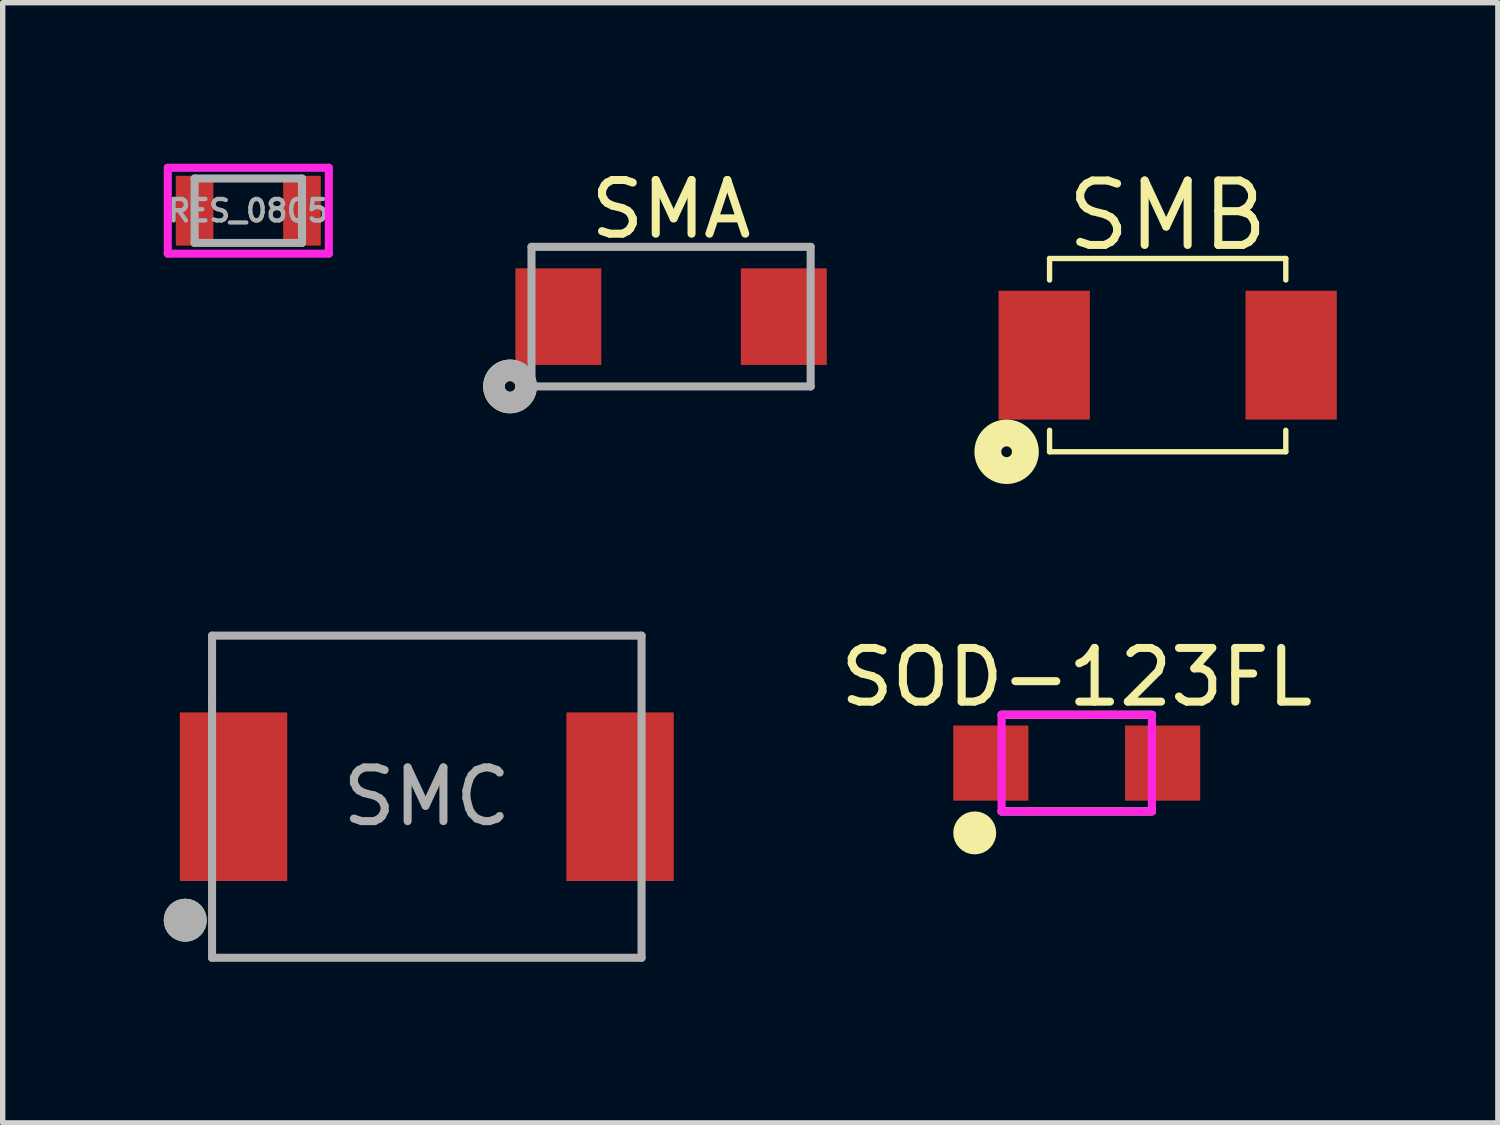
<source format=kicad_pcb>
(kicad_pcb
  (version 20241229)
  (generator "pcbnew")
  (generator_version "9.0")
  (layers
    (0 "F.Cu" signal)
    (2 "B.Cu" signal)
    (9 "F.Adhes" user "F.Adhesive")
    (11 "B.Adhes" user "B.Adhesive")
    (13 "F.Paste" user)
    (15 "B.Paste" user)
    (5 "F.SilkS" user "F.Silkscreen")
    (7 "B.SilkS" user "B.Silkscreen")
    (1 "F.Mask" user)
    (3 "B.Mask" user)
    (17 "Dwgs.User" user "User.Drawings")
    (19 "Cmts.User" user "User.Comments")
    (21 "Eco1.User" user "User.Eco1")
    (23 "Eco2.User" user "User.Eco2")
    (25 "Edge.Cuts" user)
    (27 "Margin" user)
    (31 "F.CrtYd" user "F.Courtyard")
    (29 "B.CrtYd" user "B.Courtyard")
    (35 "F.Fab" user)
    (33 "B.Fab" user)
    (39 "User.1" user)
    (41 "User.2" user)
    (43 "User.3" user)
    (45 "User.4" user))
  (footprint "SMB"
    (layer "F.Cu")
    (at 18.7 3.565)
    (property "Reference" "SMB" (at 0 -2.6 0) (layer "F.SilkS") (effects (font (size 1.2 1.2) (thickness 0.15))))
    (attr through_hole)
    (fp_line (start -2.2 -1.8) (end 2.2 -1.8) (stroke (width 0.1) (type solid)) (layer "F.SilkS"))
    (fp_line (start -2.2 -1.4) (end -2.2 -1.8) (stroke (width 0.1) (type solid)) (layer "F.SilkS"))
    (fp_line (start -2.2 1.4) (end -2.2 1.8) (stroke (width 0.1) (type solid)) (layer "F.SilkS"))
    (fp_line (start -2.2 1.8) (end 2.2 1.8) (stroke (width 0.1) (type solid)) (layer "F.SilkS"))
    (fp_line (start 2.2 -1.8) (end 2.2 -1.4) (stroke (width 0.1) (type solid)) (layer "F.SilkS"))
    (fp_line (start 2.2 1.8) (end 2.2 1.4) (stroke (width 0.1) (type solid)) (layer "F.SilkS"))
    (fp_circle (center -3 1.8) (end -3.1 1.8) (stroke (width 0.5) (type solid)) (fill no) (layer "F.SilkS"))
    (pad "1" smd rect (at -2.3 0) (size 1.7 2.4) (layers "F.Cu" "F.Mask" "F.Paste"))
    (pad "2" smd rect (at 2.3 0) (size 1.7 2.4) (layers "F.Cu" "F.Mask" "F.Paste")))
  (footprint "SOD-123FL"
    (layer "F.Cu")
    (at 17.006 11.164)
    (property "Reference" "SOD-123FL" (at 0 -1.6 0) (layer "F.SilkS") (effects (font (size 1 1) (thickness 0.15))))
    (attr smd)
    (fp_line (start -1.4 -0.9) (end 1.4 -0.9) (stroke (width 0.15) (type solid)) (layer "F.SilkS"))
    (fp_line (start 1.4 0.9) (end -1.4 0.9) (stroke (width 0.15) (type solid)) (layer "F.SilkS"))
    (fp_circle (center -1.9 1.3) (end -1.7 1.3) (stroke (width 0.4) (type solid)) (fill no) (layer "F.SilkS"))
    (fp_line (start -1.4 -0.9) (end 1.4 -0.9) (stroke (width 0.15) (type solid)) (layer "F.CrtYd"))
    (fp_line (start -1.4 0) (end -1.4 -0.9) (stroke (width 0.15) (type solid)) (layer "F.CrtYd"))
    (fp_line (start -1.4 0.9) (end -1.4 0) (stroke (width 0.15) (type solid)) (layer "F.CrtYd"))
    (fp_line (start 1.4 -0.9) (end 1.4 0.9) (stroke (width 0.15) (type solid)) (layer "F.CrtYd"))
    (fp_line (start 1.4 0.9) (end -1.4 0.9) (stroke (width 0.15) (type solid)) (layer "F.CrtYd"))
    (pad "1" smd rect (at -1.6 0) (size 1.4 1.4) (layers "F.Cu" "F.Mask" "F.Paste"))
    (pad "2" smd rect (at 1.6 0) (size 1.4 1.4) (layers "F.Cu" "F.Mask" "F.Paste")))
  (footprint "SMA"
    (layer "F.Cu")
    (at 9.45 2.848)
    (property "Reference" "SMA" (at 0 -2 0) (layer "F.SilkS") (effects (font (size 1 1) (thickness 0.15))))
    (attr through_hole)
    (fp_line (start -2.6 -1.3) (end 2.6 -1.3) (stroke (width 0.12) (type solid)) (layer "F.SilkS"))
    (fp_line (start -2.6 -1) (end -2.6 -1.3) (stroke (width 0.12) (type solid)) (layer "F.SilkS"))
    (fp_line (start -2.6 1.3) (end -2.6 1) (stroke (width 0.12) (type solid)) (layer "F.SilkS"))
    (fp_line (start 2.6 -1.3) (end 2.6 -1) (stroke (width 0.12) (type solid)) (layer "F.SilkS"))
    (fp_line (start 2.6 1) (end 2.6 1.3) (stroke (width 0.12) (type solid)) (layer "F.SilkS"))
    (fp_line (start 2.6 1.3) (end -2.6 1.3) (stroke (width 0.12) (type solid)) (layer "F.SilkS"))
    (fp_circle (center -3 1.3) (end -2.9 1.3) (stroke (width 0.4) (type solid)) (fill no) (layer "F.SilkS"))
    (fp_line (start -2.6 -1.3) (end -2.6 1.3) (stroke (width 0.15) (type solid)) (layer "F.Fab"))
    (fp_line (start -2.6 1.3) (end 2.6 1.3) (stroke (width 0.15) (type solid)) (layer "F.Fab"))
    (fp_line (start 2.6 -1.3) (end -2.6 -1.3) (stroke (width 0.15) (type solid)) (layer "F.Fab"))
    (fp_line (start 2.6 1.3) (end 2.6 -1.3) (stroke (width 0.15) (type solid)) (layer "F.Fab"))
    (fp_circle (center -3 1.3) (end -2.9 1.3) (stroke (width 0.4) (type solid)) (fill no) (layer "F.Fab"))
    (pad "1" smd rect (at -2.1 0) (size 1.6 1.8) (layers "F.Cu" "F.Mask" "F.Paste"))
    (pad "2" smd rect (at 2.1 0) (size 1.6 1.8) (layers "F.Cu" "F.Mask" "F.Paste")))
  (footprint "RES_0805"
    (layer "F.Cu")
    (at 1.575 0.875)
    (property "Reference" "RES_0805" (at 0 0 0) (layer "F.Fab") (effects (font (size 0.4 0.4) (thickness 0.08))))
    (attr through_hole)
    (fp_line (start -1.5 -0.8) (end 1.5 -0.8) (stroke (width 0.15) (type solid)) (layer "F.CrtYd"))
    (fp_line (start -1.5 0.8) (end -1.5 -0.8) (stroke (width 0.15) (type solid)) (layer "F.CrtYd"))
    (fp_line (start 1.5 -0.8) (end 1.5 0.8) (stroke (width 0.15) (type solid)) (layer "F.CrtYd"))
    (fp_line (start 1.5 0.8) (end -1.5 0.8) (stroke (width 0.15) (type solid)) (layer "F.CrtYd"))
    (fp_line (start -1 -0.6) (end 1 -0.6) (stroke (width 0.15) (type solid)) (layer "F.Fab"))
    (fp_line (start -1 0.6) (end -1 -0.6) (stroke (width 0.15) (type solid)) (layer "F.Fab"))
    (fp_line (start 1 -0.6) (end 1 0.6) (stroke (width 0.15) (type solid)) (layer "F.Fab"))
    (fp_line (start 1 0.6) (end -1 0.6) (stroke (width 0.15) (type solid)) (layer "F.Fab"))
    (pad "1" smd rect (at -1 0) (size 0.7 1.3) (layers "F.Cu" "F.Mask" "F.Paste"))
    (pad "2" smd rect (at 1 0) (size 0.7 1.3) (layers "F.Cu" "F.Mask" "F.Paste")))
  (footprint "SMC"
    (layer "F.Cu")
    (at 4.9 11.79)
    (property "Reference" "SMC" (at 0 0 0) (layer "F.Fab") (effects (font (size 1 1) (thickness 0.15))))
    (attr through_hole)
    (fp_line (start -4 -3) (end 4 -3) (stroke (width 0.1) (type solid)) (layer "F.SilkS"))
    (fp_line (start -4 -1.8) (end -4 -3) (stroke (width 0.1) (type solid)) (layer "F.SilkS"))
    (fp_line (start -4 3) (end -4 1.8) (stroke (width 0.1) (type solid)) (layer "F.SilkS"))
    (fp_line (start 4 -3) (end 4 -1.8) (stroke (width 0.1) (type solid)) (layer "F.SilkS"))
    (fp_line (start 4 1.8) (end 4 3) (stroke (width 0.1) (type solid)) (layer "F.SilkS"))
    (fp_line (start 4 3) (end -4 3) (stroke (width 0.1) (type solid)) (layer "F.SilkS"))
    (fp_circle (center -4.5 2.3) (end -4.3 2.3) (stroke (width 0.4) (type solid)) (fill no) (layer "F.SilkS"))
    (fp_line (start -4 -3) (end 4 -3) (stroke (width 0.15) (type solid)) (layer "F.Fab"))
    (fp_line (start -4 -1.8) (end -4 -3) (stroke (width 0.15) (type solid)) (layer "F.Fab"))
    (fp_line (start -4 3) (end -4 -1.8) (stroke (width 0.15) (type solid)) (layer "F.Fab"))
    (fp_line (start 4 -3) (end 4 3) (stroke (width 0.15) (type solid)) (layer "F.Fab"))
    (fp_line (start 4 3) (end -4 3) (stroke (width 0.15) (type solid)) (layer "F.Fab"))
    (fp_circle (center -4.5 2.3) (end -4.3 2.3) (stroke (width 0.4) (type solid)) (fill no) (layer "F.Fab"))
    (pad "1" smd rect (at -3.6 0) (size 2 3.14) (layers "F.Cu" "F.Mask" "F.Paste"))
    (pad "2" smd rect (at 3.6 0) (size 2 3.14) (layers "F.Cu" "F.Mask" "F.Paste")))
  (gr_rect
    (start -3 -3)
    (end 24.85 17.865)
    (stroke (width 0.1) (type default))
    (fill no)
    (layer "Edge.Cuts")))
</source>
